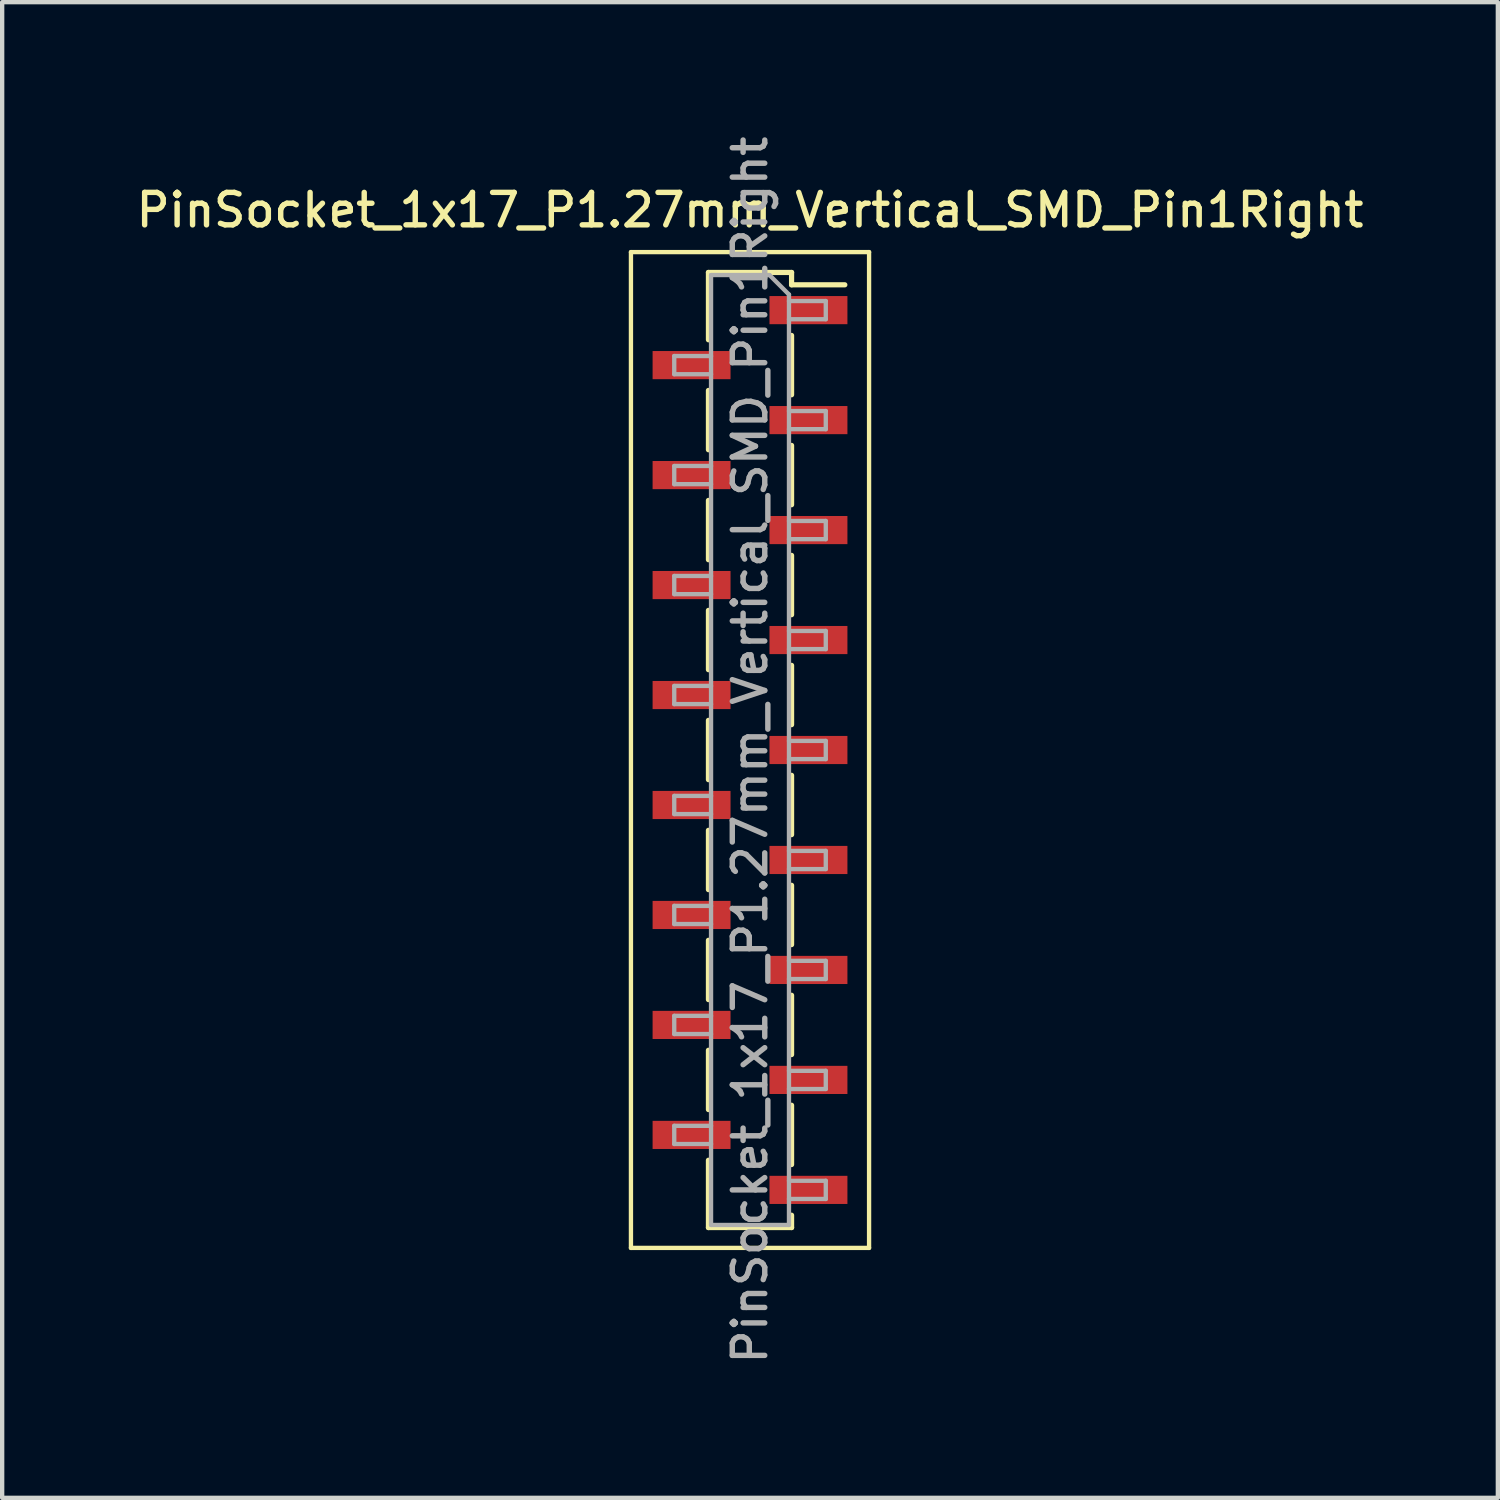
<source format=kicad_pcb>
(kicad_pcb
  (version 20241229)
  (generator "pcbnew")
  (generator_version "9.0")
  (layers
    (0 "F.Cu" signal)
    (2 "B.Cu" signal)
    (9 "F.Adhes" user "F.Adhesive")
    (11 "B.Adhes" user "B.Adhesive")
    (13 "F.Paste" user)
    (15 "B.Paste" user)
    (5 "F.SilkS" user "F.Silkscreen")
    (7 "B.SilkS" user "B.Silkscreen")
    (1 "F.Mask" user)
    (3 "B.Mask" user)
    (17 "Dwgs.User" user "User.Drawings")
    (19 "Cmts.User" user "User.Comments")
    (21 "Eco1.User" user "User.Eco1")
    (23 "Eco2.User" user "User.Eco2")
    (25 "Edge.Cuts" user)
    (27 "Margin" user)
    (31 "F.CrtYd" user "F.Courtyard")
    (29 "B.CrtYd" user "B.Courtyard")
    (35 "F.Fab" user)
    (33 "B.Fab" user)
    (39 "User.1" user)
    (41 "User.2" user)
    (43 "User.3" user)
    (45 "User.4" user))
  (footprint "PinSocket_1x17_P1.27mm_Vertical_SMD_Pin1Right"
    (layer "F.Cu")
    (at 14.273 14.273)
    (property "Reference" "PinSocket_1x17_P1.27mm_Vertical_SMD_Pin1Right" (at 0 -12.47 0) (layer "F.SilkS") (effects (font (size 0.75 0.75) (thickness 0.125))))
    (attr smd)
    (fp_line (start -2.75 -11.5) (end 2.75 -11.5) (stroke (width 0.1) (type solid)) (layer "F.SilkS"))
    (fp_line (start -2.75 11.5) (end -2.75 -11.5) (stroke (width 0.1) (type solid)) (layer "F.SilkS"))
    (fp_line (start -0.96 -11.03) (end -0.96 -9.475) (stroke (width 0.12) (type solid)) (layer "F.SilkS"))
    (fp_line (start -0.96 -11.03) (end 0.96 -11.03) (stroke (width 0.12) (type solid)) (layer "F.SilkS"))
    (fp_line (start -0.96 -8.305) (end -0.96 -6.935) (stroke (width 0.12) (type solid)) (layer "F.SilkS"))
    (fp_line (start -0.96 -5.765) (end -0.96 -4.395) (stroke (width 0.12) (type solid)) (layer "F.SilkS"))
    (fp_line (start -0.96 -3.225) (end -0.96 -1.855) (stroke (width 0.12) (type solid)) (layer "F.SilkS"))
    (fp_line (start -0.96 -0.685) (end -0.96 0.685) (stroke (width 0.12) (type solid)) (layer "F.SilkS"))
    (fp_line (start -0.96 1.855) (end -0.96 3.225) (stroke (width 0.12) (type solid)) (layer "F.SilkS"))
    (fp_line (start -0.96 4.395) (end -0.96 5.765) (stroke (width 0.12) (type solid)) (layer "F.SilkS"))
    (fp_line (start -0.96 6.935) (end -0.96 8.305) (stroke (width 0.12) (type solid)) (layer "F.SilkS"))
    (fp_line (start -0.96 9.475) (end -0.96 11.03) (stroke (width 0.12) (type solid)) (layer "F.SilkS"))
    (fp_line (start -0.96 11.03) (end 0.96 11.03) (stroke (width 0.12) (type solid)) (layer "F.SilkS"))
    (fp_line (start 0.96 -11.03) (end 0.96 -10.745) (stroke (width 0.12) (type solid)) (layer "F.SilkS"))
    (fp_line (start 0.96 -10.745) (end 2.19 -10.745) (stroke (width 0.12) (type solid)) (layer "F.SilkS"))
    (fp_line (start 0.96 -9.575) (end 0.96 -8.205) (stroke (width 0.12) (type solid)) (layer "F.SilkS"))
    (fp_line (start 0.96 -7.035) (end 0.96 -5.665) (stroke (width 0.12) (type solid)) (layer "F.SilkS"))
    (fp_line (start 0.96 -4.495) (end 0.96 -3.125) (stroke (width 0.12) (type solid)) (layer "F.SilkS"))
    (fp_line (start 0.96 -1.955) (end 0.96 -0.585) (stroke (width 0.12) (type solid)) (layer "F.SilkS"))
    (fp_line (start 0.96 0.585) (end 0.96 1.955) (stroke (width 0.12) (type solid)) (layer "F.SilkS"))
    (fp_line (start 0.96 3.125) (end 0.96 4.495) (stroke (width 0.12) (type solid)) (layer "F.SilkS"))
    (fp_line (start 0.96 5.665) (end 0.96 7.035) (stroke (width 0.12) (type solid)) (layer "F.SilkS"))
    (fp_line (start 0.96 8.205) (end 0.96 9.575) (stroke (width 0.12) (type solid)) (layer "F.SilkS"))
    (fp_line (start 0.96 10.745) (end 0.96 11.03) (stroke (width 0.12) (type solid)) (layer "F.SilkS"))
    (fp_line (start 2.75 -11.5) (end 2.75 11.5) (stroke (width 0.1) (type solid)) (layer "F.SilkS"))
    (fp_line (start 2.75 11.5) (end -2.75 11.5) (stroke (width 0.1) (type solid)) (layer "F.SilkS"))
    (fp_line (start -1.75 -9.1) (end -0.9 -9.1) (stroke (width 0.1) (type solid)) (layer "F.Fab"))
    (fp_line (start -1.75 -8.68) (end -1.75 -9.1) (stroke (width 0.1) (type solid)) (layer "F.Fab"))
    (fp_line (start -1.75 -6.56) (end -0.9 -6.56) (stroke (width 0.1) (type solid)) (layer "F.Fab"))
    (fp_line (start -1.75 -6.14) (end -1.75 -6.56) (stroke (width 0.1) (type solid)) (layer "F.Fab"))
    (fp_line (start -1.75 -4.02) (end -0.9 -4.02) (stroke (width 0.1) (type solid)) (layer "F.Fab"))
    (fp_line (start -1.75 -3.6) (end -1.75 -4.02) (stroke (width 0.1) (type solid)) (layer "F.Fab"))
    (fp_line (start -1.75 -1.48) (end -0.9 -1.48) (stroke (width 0.1) (type solid)) (layer "F.Fab"))
    (fp_line (start -1.75 -1.06) (end -1.75 -1.48) (stroke (width 0.1) (type solid)) (layer "F.Fab"))
    (fp_line (start -1.75 1.06) (end -0.9 1.06) (stroke (width 0.1) (type solid)) (layer "F.Fab"))
    (fp_line (start -1.75 1.48) (end -1.75 1.06) (stroke (width 0.1) (type solid)) (layer "F.Fab"))
    (fp_line (start -1.75 3.6) (end -0.9 3.6) (stroke (width 0.1) (type solid)) (layer "F.Fab"))
    (fp_line (start -1.75 4.02) (end -1.75 3.6) (stroke (width 0.1) (type solid)) (layer "F.Fab"))
    (fp_line (start -1.75 6.14) (end -0.9 6.14) (stroke (width 0.1) (type solid)) (layer "F.Fab"))
    (fp_line (start -1.75 6.56) (end -1.75 6.14) (stroke (width 0.1) (type solid)) (layer "F.Fab"))
    (fp_line (start -1.75 8.68) (end -0.9 8.68) (stroke (width 0.1) (type solid)) (layer "F.Fab"))
    (fp_line (start -1.75 9.1) (end -1.75 8.68) (stroke (width 0.1) (type solid)) (layer "F.Fab"))
    (fp_line (start -0.9 -10.97) (end 0.45 -10.97) (stroke (width 0.1) (type solid)) (layer "F.Fab"))
    (fp_line (start -0.9 -8.68) (end -1.75 -8.68) (stroke (width 0.1) (type solid)) (layer "F.Fab"))
    (fp_line (start -0.9 -6.14) (end -1.75 -6.14) (stroke (width 0.1) (type solid)) (layer "F.Fab"))
    (fp_line (start -0.9 -3.6) (end -1.75 -3.6) (stroke (width 0.1) (type solid)) (layer "F.Fab"))
    (fp_line (start -0.9 -1.06) (end -1.75 -1.06) (stroke (width 0.1) (type solid)) (layer "F.Fab"))
    (fp_line (start -0.9 1.48) (end -1.75 1.48) (stroke (width 0.1) (type solid)) (layer "F.Fab"))
    (fp_line (start -0.9 4.02) (end -1.75 4.02) (stroke (width 0.1) (type solid)) (layer "F.Fab"))
    (fp_line (start -0.9 6.56) (end -1.75 6.56) (stroke (width 0.1) (type solid)) (layer "F.Fab"))
    (fp_line (start -0.9 9.1) (end -1.75 9.1) (stroke (width 0.1) (type solid)) (layer "F.Fab"))
    (fp_line (start -0.9 10.97) (end -0.9 -10.97) (stroke (width 0.1) (type solid)) (layer "F.Fab"))
    (fp_line (start 0.45 -10.97) (end 0.9 -10.52) (stroke (width 0.1) (type solid)) (layer "F.Fab"))
    (fp_line (start 0.9 -10.52) (end 0.9 10.97) (stroke (width 0.1) (type solid)) (layer "F.Fab"))
    (fp_line (start 0.9 -10.37) (end 1.75 -10.37) (stroke (width 0.1) (type solid)) (layer "F.Fab"))
    (fp_line (start 0.9 -7.83) (end 1.75 -7.83) (stroke (width 0.1) (type solid)) (layer "F.Fab"))
    (fp_line (start 0.9 -5.29) (end 1.75 -5.29) (stroke (width 0.1) (type solid)) (layer "F.Fab"))
    (fp_line (start 0.9 -2.75) (end 1.75 -2.75) (stroke (width 0.1) (type solid)) (layer "F.Fab"))
    (fp_line (start 0.9 -0.21) (end 1.75 -0.21) (stroke (width 0.1) (type solid)) (layer "F.Fab"))
    (fp_line (start 0.9 2.33) (end 1.75 2.33) (stroke (width 0.1) (type solid)) (layer "F.Fab"))
    (fp_line (start 0.9 4.87) (end 1.75 4.87) (stroke (width 0.1) (type solid)) (layer "F.Fab"))
    (fp_line (start 0.9 7.41) (end 1.75 7.41) (stroke (width 0.1) (type solid)) (layer "F.Fab"))
    (fp_line (start 0.9 9.95) (end 1.75 9.95) (stroke (width 0.1) (type solid)) (layer "F.Fab"))
    (fp_line (start 0.9 10.97) (end -0.9 10.97) (stroke (width 0.1) (type solid)) (layer "F.Fab"))
    (fp_line (start 1.75 -10.37) (end 1.75 -9.95) (stroke (width 0.1) (type solid)) (layer "F.Fab"))
    (fp_line (start 1.75 -9.95) (end 0.9 -9.95) (stroke (width 0.1) (type solid)) (layer "F.Fab"))
    (fp_line (start 1.75 -7.83) (end 1.75 -7.41) (stroke (width 0.1) (type solid)) (layer "F.Fab"))
    (fp_line (start 1.75 -7.41) (end 0.9 -7.41) (stroke (width 0.1) (type solid)) (layer "F.Fab"))
    (fp_line (start 1.75 -5.29) (end 1.75 -4.87) (stroke (width 0.1) (type solid)) (layer "F.Fab"))
    (fp_line (start 1.75 -4.87) (end 0.9 -4.87) (stroke (width 0.1) (type solid)) (layer "F.Fab"))
    (fp_line (start 1.75 -2.75) (end 1.75 -2.33) (stroke (width 0.1) (type solid)) (layer "F.Fab"))
    (fp_line (start 1.75 -2.33) (end 0.9 -2.33) (stroke (width 0.1) (type solid)) (layer "F.Fab"))
    (fp_line (start 1.75 -0.21) (end 1.75 0.21) (stroke (width 0.1) (type solid)) (layer "F.Fab"))
    (fp_line (start 1.75 0.21) (end 0.9 0.21) (stroke (width 0.1) (type solid)) (layer "F.Fab"))
    (fp_line (start 1.75 2.33) (end 1.75 2.75) (stroke (width 0.1) (type solid)) (layer "F.Fab"))
    (fp_line (start 1.75 2.75) (end 0.9 2.75) (stroke (width 0.1) (type solid)) (layer "F.Fab"))
    (fp_line (start 1.75 4.87) (end 1.75 5.29) (stroke (width 0.1) (type solid)) (layer "F.Fab"))
    (fp_line (start 1.75 5.29) (end 0.9 5.29) (stroke (width 0.1) (type solid)) (layer "F.Fab"))
    (fp_line (start 1.75 7.41) (end 1.75 7.83) (stroke (width 0.1) (type solid)) (layer "F.Fab"))
    (fp_line (start 1.75 7.83) (end 0.9 7.83) (stroke (width 0.1) (type solid)) (layer "F.Fab"))
    (fp_line (start 1.75 9.95) (end 1.75 10.37) (stroke (width 0.1) (type solid)) (layer "F.Fab"))
    (fp_line (start 1.75 10.37) (end 0.9 10.37) (stroke (width 0.1) (type solid)) (layer "F.Fab"))
    (fp_text user "${REFERENCE}" (at 0 0 90) (layer "F.Fab") (effects (font (size 0.75 0.75) (thickness 0.125))))
    (pad "1" smd rect (at 1.35 -10.16) (size 1.8 0.65) (layers "F.Cu" "F.Mask" "F.Paste"))
    (pad "2" smd rect (at -1.35 -8.89) (size 1.8 0.65) (layers "F.Cu" "F.Mask" "F.Paste"))
    (pad "3" smd rect (at 1.35 -7.62) (size 1.8 0.65) (layers "F.Cu" "F.Mask" "F.Paste"))
    (pad "4" smd rect (at -1.35 -6.35) (size 1.8 0.65) (layers "F.Cu" "F.Mask" "F.Paste"))
    (pad "5" smd rect (at 1.35 -5.08) (size 1.8 0.65) (layers "F.Cu" "F.Mask" "F.Paste"))
    (pad "6" smd rect (at -1.35 -3.81) (size 1.8 0.65) (layers "F.Cu" "F.Mask" "F.Paste"))
    (pad "7" smd rect (at 1.35 -2.54) (size 1.8 0.65) (layers "F.Cu" "F.Mask" "F.Paste"))
    (pad "8" smd rect (at -1.35 -1.27) (size 1.8 0.65) (layers "F.Cu" "F.Mask" "F.Paste"))
    (pad "9" smd rect (at 1.35 0) (size 1.8 0.65) (layers "F.Cu" "F.Mask" "F.Paste"))
    (pad "10" smd rect (at -1.35 1.27) (size 1.8 0.65) (layers "F.Cu" "F.Mask" "F.Paste"))
    (pad "11" smd rect (at 1.35 2.54) (size 1.8 0.65) (layers "F.Cu" "F.Mask" "F.Paste"))
    (pad "12" smd rect (at -1.35 3.81) (size 1.8 0.65) (layers "F.Cu" "F.Mask" "F.Paste"))
    (pad "13" smd rect (at 1.35 5.08) (size 1.8 0.65) (layers "F.Cu" "F.Mask" "F.Paste"))
    (pad "14" smd rect (at -1.35 6.35) (size 1.8 0.65) (layers "F.Cu" "F.Mask" "F.Paste"))
    (pad "15" smd rect (at 1.35 7.62) (size 1.8 0.65) (layers "F.Cu" "F.Mask" "F.Paste"))
    (pad "16" smd rect (at -1.35 8.89) (size 1.8 0.65) (layers "F.Cu" "F.Mask" "F.Paste"))
    (pad "17" smd rect (at 1.35 10.16) (size 1.8 0.65) (layers "F.Cu" "F.Mask" "F.Paste")))
  (gr_rect
    (start -3 -3)
    (end 31.546 31.546)
    (stroke (width 0.1) (type default))
    (fill no)
    (layer "Edge.Cuts")))
</source>
